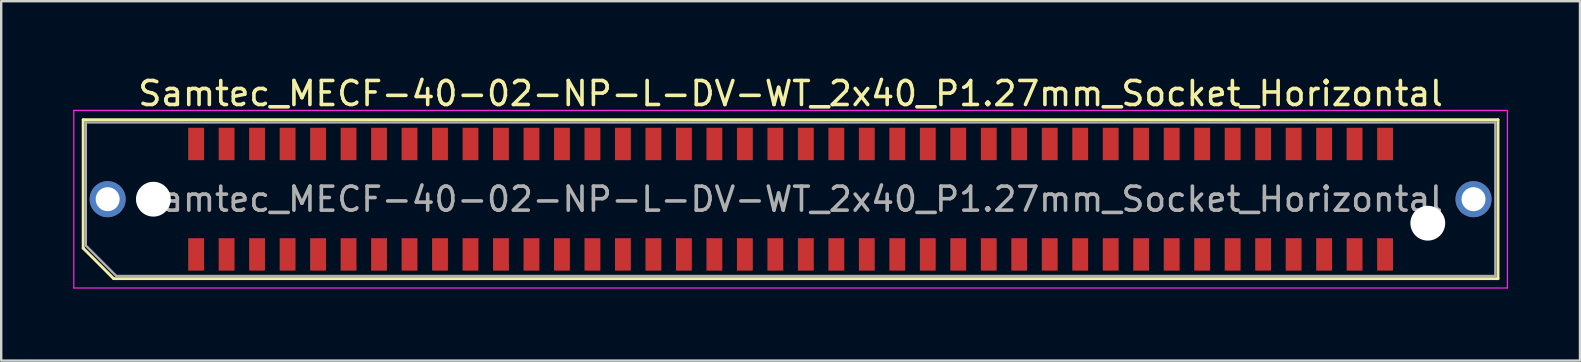
<source format=kicad_pcb>
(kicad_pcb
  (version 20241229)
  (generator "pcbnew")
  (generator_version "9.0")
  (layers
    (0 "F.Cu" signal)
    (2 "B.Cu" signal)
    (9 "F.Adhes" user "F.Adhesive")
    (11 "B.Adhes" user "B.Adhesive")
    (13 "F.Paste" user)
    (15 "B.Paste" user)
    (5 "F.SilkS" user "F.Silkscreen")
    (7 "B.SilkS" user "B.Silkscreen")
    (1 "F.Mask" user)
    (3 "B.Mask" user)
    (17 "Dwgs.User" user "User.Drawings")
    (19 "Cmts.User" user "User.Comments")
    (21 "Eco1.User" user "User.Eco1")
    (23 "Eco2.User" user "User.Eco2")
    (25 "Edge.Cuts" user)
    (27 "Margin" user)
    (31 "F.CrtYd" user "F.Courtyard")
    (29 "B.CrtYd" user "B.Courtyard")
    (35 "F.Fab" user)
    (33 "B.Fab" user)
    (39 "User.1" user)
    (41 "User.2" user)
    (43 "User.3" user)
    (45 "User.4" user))
  (footprint "Samtec_MECF-40-02-NP-L-DV-WT_2x40_P1.27mm_Socket_Horizontal"
    (layer "F.Cu")
    (at 29.885 5.248)
    (property "Reference" "Samtec_MECF-40-02-NP-L-DV-WT_2x40_P1.27mm_Socket_Horizontal" (at 0 -4.4 0) (layer "F.SilkS") (effects (font (size 1 1) (thickness 0.15))))
    (attr smd)
    (fp_line (start -29.47 -3.31) (end 29.47 -3.31) (stroke (width 0.12) (type solid)) (layer "F.SilkS"))
    (fp_line (start -29.47 2.04) (end -29.47 -3.31) (stroke (width 0.12) (type solid)) (layer "F.SilkS"))
    (fp_line (start -28.2 3.31) (end -29.47 2.04) (stroke (width 0.12) (type solid)) (layer "F.SilkS"))
    (fp_line (start -28.2 3.31) (end 29.47 3.31) (stroke (width 0.12) (type solid)) (layer "F.SilkS"))
    (fp_line (start 29.47 3.31) (end 29.47 -3.31) (stroke (width 0.12) (type solid)) (layer "F.SilkS"))
    (fp_line (start -29.86 -3.7) (end -29.86 3.7) (stroke (width 0.05) (type solid)) (layer "F.CrtYd"))
    (fp_line (start -29.86 3.7) (end 29.86 3.7) (stroke (width 0.05) (type solid)) (layer "F.CrtYd"))
    (fp_line (start 29.86 -3.7) (end -29.86 -3.7) (stroke (width 0.05) (type solid)) (layer "F.CrtYd"))
    (fp_line (start 29.86 3.7) (end 29.86 -3.7) (stroke (width 0.05) (type solid)) (layer "F.CrtYd"))
    (fp_line (start -29.36 -3.2) (end 29.36 -3.2) (stroke (width 0.1) (type solid)) (layer "F.Fab"))
    (fp_line (start -29.36 1.93) (end -29.36 -3.2) (stroke (width 0.1) (type solid)) (layer "F.Fab"))
    (fp_line (start -29.36 1.93) (end -28.09 3.2) (stroke (width 0.1) (type solid)) (layer "F.Fab"))
    (fp_line (start -28.09 3.2) (end 29.36 3.2) (stroke (width 0.1) (type solid)) (layer "F.Fab"))
    (fp_line (start 29.36 3.2) (end 29.36 -3.2) (stroke (width 0.1) (type solid)) (layer "F.Fab"))
    (fp_text user "${REFERENCE}" (at 0 0 0) (layer "F.Fab") (effects (font (size 1 1) (thickness 0.15))))
    (pad "" thru_hole circle (at -28.45 0) (size 1.5 1.5) (drill 1) (layers "*.Cu" "*.Mask"))
    (pad "" np_thru_hole circle (at -26.545 0) (size 1.45 1.45) (drill 1.45) (layers "*.Cu" "*.Mask"))
    (pad "" np_thru_hole circle (at 26.545 1) (size 1.45 1.45) (drill 1.45) (layers "*.Cu" "*.Mask"))
    (pad "" thru_hole circle (at 28.45 0) (size 1.5 1.5) (drill 1) (layers "*.Cu" "*.Mask"))
    (pad "1" smd rect (at -24.765 2.3) (size 0.66 1.35) (layers "F.Cu" "F.Mask" "F.Paste"))
    (pad "2" smd rect (at -24.765 -2.3) (size 0.66 1.35) (layers "F.Cu" "F.Mask" "F.Paste"))
    (pad "3" smd rect (at -23.495 2.3) (size 0.66 1.35) (layers "F.Cu" "F.Mask" "F.Paste"))
    (pad "4" smd rect (at -23.495 -2.3) (size 0.66 1.35) (layers "F.Cu" "F.Mask" "F.Paste"))
    (pad "5" smd rect (at -22.225 2.3) (size 0.66 1.35) (layers "F.Cu" "F.Mask" "F.Paste"))
    (pad "6" smd rect (at -22.225 -2.3) (size 0.66 1.35) (layers "F.Cu" "F.Mask" "F.Paste"))
    (pad "7" smd rect (at -20.955 2.3) (size 0.66 1.35) (layers "F.Cu" "F.Mask" "F.Paste"))
    (pad "8" smd rect (at -20.955 -2.3) (size 0.66 1.35) (layers "F.Cu" "F.Mask" "F.Paste"))
    (pad "9" smd rect (at -19.685 2.3) (size 0.66 1.35) (layers "F.Cu" "F.Mask" "F.Paste"))
    (pad "10" smd rect (at -19.685 -2.3) (size 0.66 1.35) (layers "F.Cu" "F.Mask" "F.Paste"))
    (pad "11" smd rect (at -18.415 2.3) (size 0.66 1.35) (layers "F.Cu" "F.Mask" "F.Paste"))
    (pad "12" smd rect (at -18.415 -2.3) (size 0.66 1.35) (layers "F.Cu" "F.Mask" "F.Paste"))
    (pad "13" smd rect (at -17.145 2.3) (size 0.66 1.35) (layers "F.Cu" "F.Mask" "F.Paste"))
    (pad "14" smd rect (at -17.145 -2.3) (size 0.66 1.35) (layers "F.Cu" "F.Mask" "F.Paste"))
    (pad "15" smd rect (at -15.875 2.3) (size 0.66 1.35) (layers "F.Cu" "F.Mask" "F.Paste"))
    (pad "16" smd rect (at -15.875 -2.3) (size 0.66 1.35) (layers "F.Cu" "F.Mask" "F.Paste"))
    (pad "17" smd rect (at -14.605 2.3) (size 0.66 1.35) (layers "F.Cu" "F.Mask" "F.Paste"))
    (pad "18" smd rect (at -14.605 -2.3) (size 0.66 1.35) (layers "F.Cu" "F.Mask" "F.Paste"))
    (pad "19" smd rect (at -13.335 2.3) (size 0.66 1.35) (layers "F.Cu" "F.Mask" "F.Paste"))
    (pad "20" smd rect (at -13.335 -2.3) (size 0.66 1.35) (layers "F.Cu" "F.Mask" "F.Paste"))
    (pad "21" smd rect (at -12.065 2.3) (size 0.66 1.35) (layers "F.Cu" "F.Mask" "F.Paste"))
    (pad "22" smd rect (at -12.065 -2.3) (size 0.66 1.35) (layers "F.Cu" "F.Mask" "F.Paste"))
    (pad "23" smd rect (at -10.795 2.3) (size 0.66 1.35) (layers "F.Cu" "F.Mask" "F.Paste"))
    (pad "24" smd rect (at -10.795 -2.3) (size 0.66 1.35) (layers "F.Cu" "F.Mask" "F.Paste"))
    (pad "25" smd rect (at -9.525 2.3) (size 0.66 1.35) (layers "F.Cu" "F.Mask" "F.Paste"))
    (pad "26" smd rect (at -9.525 -2.3) (size 0.66 1.35) (layers "F.Cu" "F.Mask" "F.Paste"))
    (pad "27" smd rect (at -8.255 2.3) (size 0.66 1.35) (layers "F.Cu" "F.Mask" "F.Paste"))
    (pad "28" smd rect (at -8.255 -2.3) (size 0.66 1.35) (layers "F.Cu" "F.Mask" "F.Paste"))
    (pad "29" smd rect (at -6.985 2.3) (size 0.66 1.35) (layers "F.Cu" "F.Mask" "F.Paste"))
    (pad "30" smd rect (at -6.985 -2.3) (size 0.66 1.35) (layers "F.Cu" "F.Mask" "F.Paste"))
    (pad "31" smd rect (at -5.715 2.3) (size 0.66 1.35) (layers "F.Cu" "F.Mask" "F.Paste"))
    (pad "32" smd rect (at -5.715 -2.3) (size 0.66 1.35) (layers "F.Cu" "F.Mask" "F.Paste"))
    (pad "33" smd rect (at -4.445 2.3) (size 0.66 1.35) (layers "F.Cu" "F.Mask" "F.Paste"))
    (pad "34" smd rect (at -4.445 -2.3) (size 0.66 1.35) (layers "F.Cu" "F.Mask" "F.Paste"))
    (pad "35" smd rect (at -3.175 2.3) (size 0.66 1.35) (layers "F.Cu" "F.Mask" "F.Paste"))
    (pad "36" smd rect (at -3.175 -2.3) (size 0.66 1.35) (layers "F.Cu" "F.Mask" "F.Paste"))
    (pad "37" smd rect (at -1.905 2.3) (size 0.66 1.35) (layers "F.Cu" "F.Mask" "F.Paste"))
    (pad "38" smd rect (at -1.905 -2.3) (size 0.66 1.35) (layers "F.Cu" "F.Mask" "F.Paste"))
    (pad "39" smd rect (at -0.635 2.3) (size 0.66 1.35) (layers "F.Cu" "F.Mask" "F.Paste"))
    (pad "40" smd rect (at -0.635 -2.3) (size 0.66 1.35) (layers "F.Cu" "F.Mask" "F.Paste"))
    (pad "41" smd rect (at 0.635 2.3) (size 0.66 1.35) (layers "F.Cu" "F.Mask" "F.Paste"))
    (pad "42" smd rect (at 0.635 -2.3) (size 0.66 1.35) (layers "F.Cu" "F.Mask" "F.Paste"))
    (pad "43" smd rect (at 1.905 2.3) (size 0.66 1.35) (layers "F.Cu" "F.Mask" "F.Paste"))
    (pad "44" smd rect (at 1.905 -2.3) (size 0.66 1.35) (layers "F.Cu" "F.Mask" "F.Paste"))
    (pad "45" smd rect (at 3.175 2.3) (size 0.66 1.35) (layers "F.Cu" "F.Mask" "F.Paste"))
    (pad "46" smd rect (at 3.175 -2.3) (size 0.66 1.35) (layers "F.Cu" "F.Mask" "F.Paste"))
    (pad "47" smd rect (at 4.445 2.3) (size 0.66 1.35) (layers "F.Cu" "F.Mask" "F.Paste"))
    (pad "48" smd rect (at 4.445 -2.3) (size 0.66 1.35) (layers "F.Cu" "F.Mask" "F.Paste"))
    (pad "49" smd rect (at 5.715 2.3) (size 0.66 1.35) (layers "F.Cu" "F.Mask" "F.Paste"))
    (pad "50" smd rect (at 5.715 -2.3) (size 0.66 1.35) (layers "F.Cu" "F.Mask" "F.Paste"))
    (pad "51" smd rect (at 6.985 2.3) (size 0.66 1.35) (layers "F.Cu" "F.Mask" "F.Paste"))
    (pad "52" smd rect (at 6.985 -2.3) (size 0.66 1.35) (layers "F.Cu" "F.Mask" "F.Paste"))
    (pad "53" smd rect (at 8.255 2.3) (size 0.66 1.35) (layers "F.Cu" "F.Mask" "F.Paste"))
    (pad "54" smd rect (at 8.255 -2.3) (size 0.66 1.35) (layers "F.Cu" "F.Mask" "F.Paste"))
    (pad "55" smd rect (at 9.525 2.3) (size 0.66 1.35) (layers "F.Cu" "F.Mask" "F.Paste"))
    (pad "56" smd rect (at 9.525 -2.3) (size 0.66 1.35) (layers "F.Cu" "F.Mask" "F.Paste"))
    (pad "57" smd rect (at 10.795 2.3) (size 0.66 1.35) (layers "F.Cu" "F.Mask" "F.Paste"))
    (pad "58" smd rect (at 10.795 -2.3) (size 0.66 1.35) (layers "F.Cu" "F.Mask" "F.Paste"))
    (pad "59" smd rect (at 12.065 2.3) (size 0.66 1.35) (layers "F.Cu" "F.Mask" "F.Paste"))
    (pad "60" smd rect (at 12.065 -2.3) (size 0.66 1.35) (layers "F.Cu" "F.Mask" "F.Paste"))
    (pad "61" smd rect (at 13.335 2.3) (size 0.66 1.35) (layers "F.Cu" "F.Mask" "F.Paste"))
    (pad "62" smd rect (at 13.335 -2.3) (size 0.66 1.35) (layers "F.Cu" "F.Mask" "F.Paste"))
    (pad "63" smd rect (at 14.605 2.3) (size 0.66 1.35) (layers "F.Cu" "F.Mask" "F.Paste"))
    (pad "64" smd rect (at 14.605 -2.3) (size 0.66 1.35) (layers "F.Cu" "F.Mask" "F.Paste"))
    (pad "65" smd rect (at 15.875 2.3) (size 0.66 1.35) (layers "F.Cu" "F.Mask" "F.Paste"))
    (pad "66" smd rect (at 15.875 -2.3) (size 0.66 1.35) (layers "F.Cu" "F.Mask" "F.Paste"))
    (pad "67" smd rect (at 17.145 2.3) (size 0.66 1.35) (layers "F.Cu" "F.Mask" "F.Paste"))
    (pad "68" smd rect (at 17.145 -2.3) (size 0.66 1.35) (layers "F.Cu" "F.Mask" "F.Paste"))
    (pad "69" smd rect (at 18.415 2.3) (size 0.66 1.35) (layers "F.Cu" "F.Mask" "F.Paste"))
    (pad "70" smd rect (at 18.415 -2.3) (size 0.66 1.35) (layers "F.Cu" "F.Mask" "F.Paste"))
    (pad "71" smd rect (at 19.685 2.3) (size 0.66 1.35) (layers "F.Cu" "F.Mask" "F.Paste"))
    (pad "72" smd rect (at 19.685 -2.3) (size 0.66 1.35) (layers "F.Cu" "F.Mask" "F.Paste"))
    (pad "73" smd rect (at 20.955 2.3) (size 0.66 1.35) (layers "F.Cu" "F.Mask" "F.Paste"))
    (pad "74" smd rect (at 20.955 -2.3) (size 0.66 1.35) (layers "F.Cu" "F.Mask" "F.Paste"))
    (pad "75" smd rect (at 22.225 2.3) (size 0.66 1.35) (layers "F.Cu" "F.Mask" "F.Paste"))
    (pad "76" smd rect (at 22.225 -2.3) (size 0.66 1.35) (layers "F.Cu" "F.Mask" "F.Paste"))
    (pad "77" smd rect (at 23.495 2.3) (size 0.66 1.35) (layers "F.Cu" "F.Mask" "F.Paste"))
    (pad "78" smd rect (at 23.495 -2.3) (size 0.66 1.35) (layers "F.Cu" "F.Mask" "F.Paste"))
    (pad "79" smd rect (at 24.765 2.3) (size 0.66 1.35) (layers "F.Cu" "F.Mask" "F.Paste"))
    (pad "80" smd rect (at 24.765 -2.3) (size 0.66 1.35) (layers "F.Cu" "F.Mask" "F.Paste")))
  (gr_rect
    (start -3 -3)
    (end 62.77 11.973)
    (stroke (width 0.1) (type default))
    (fill no)
    (layer "Edge.Cuts")))
</source>
